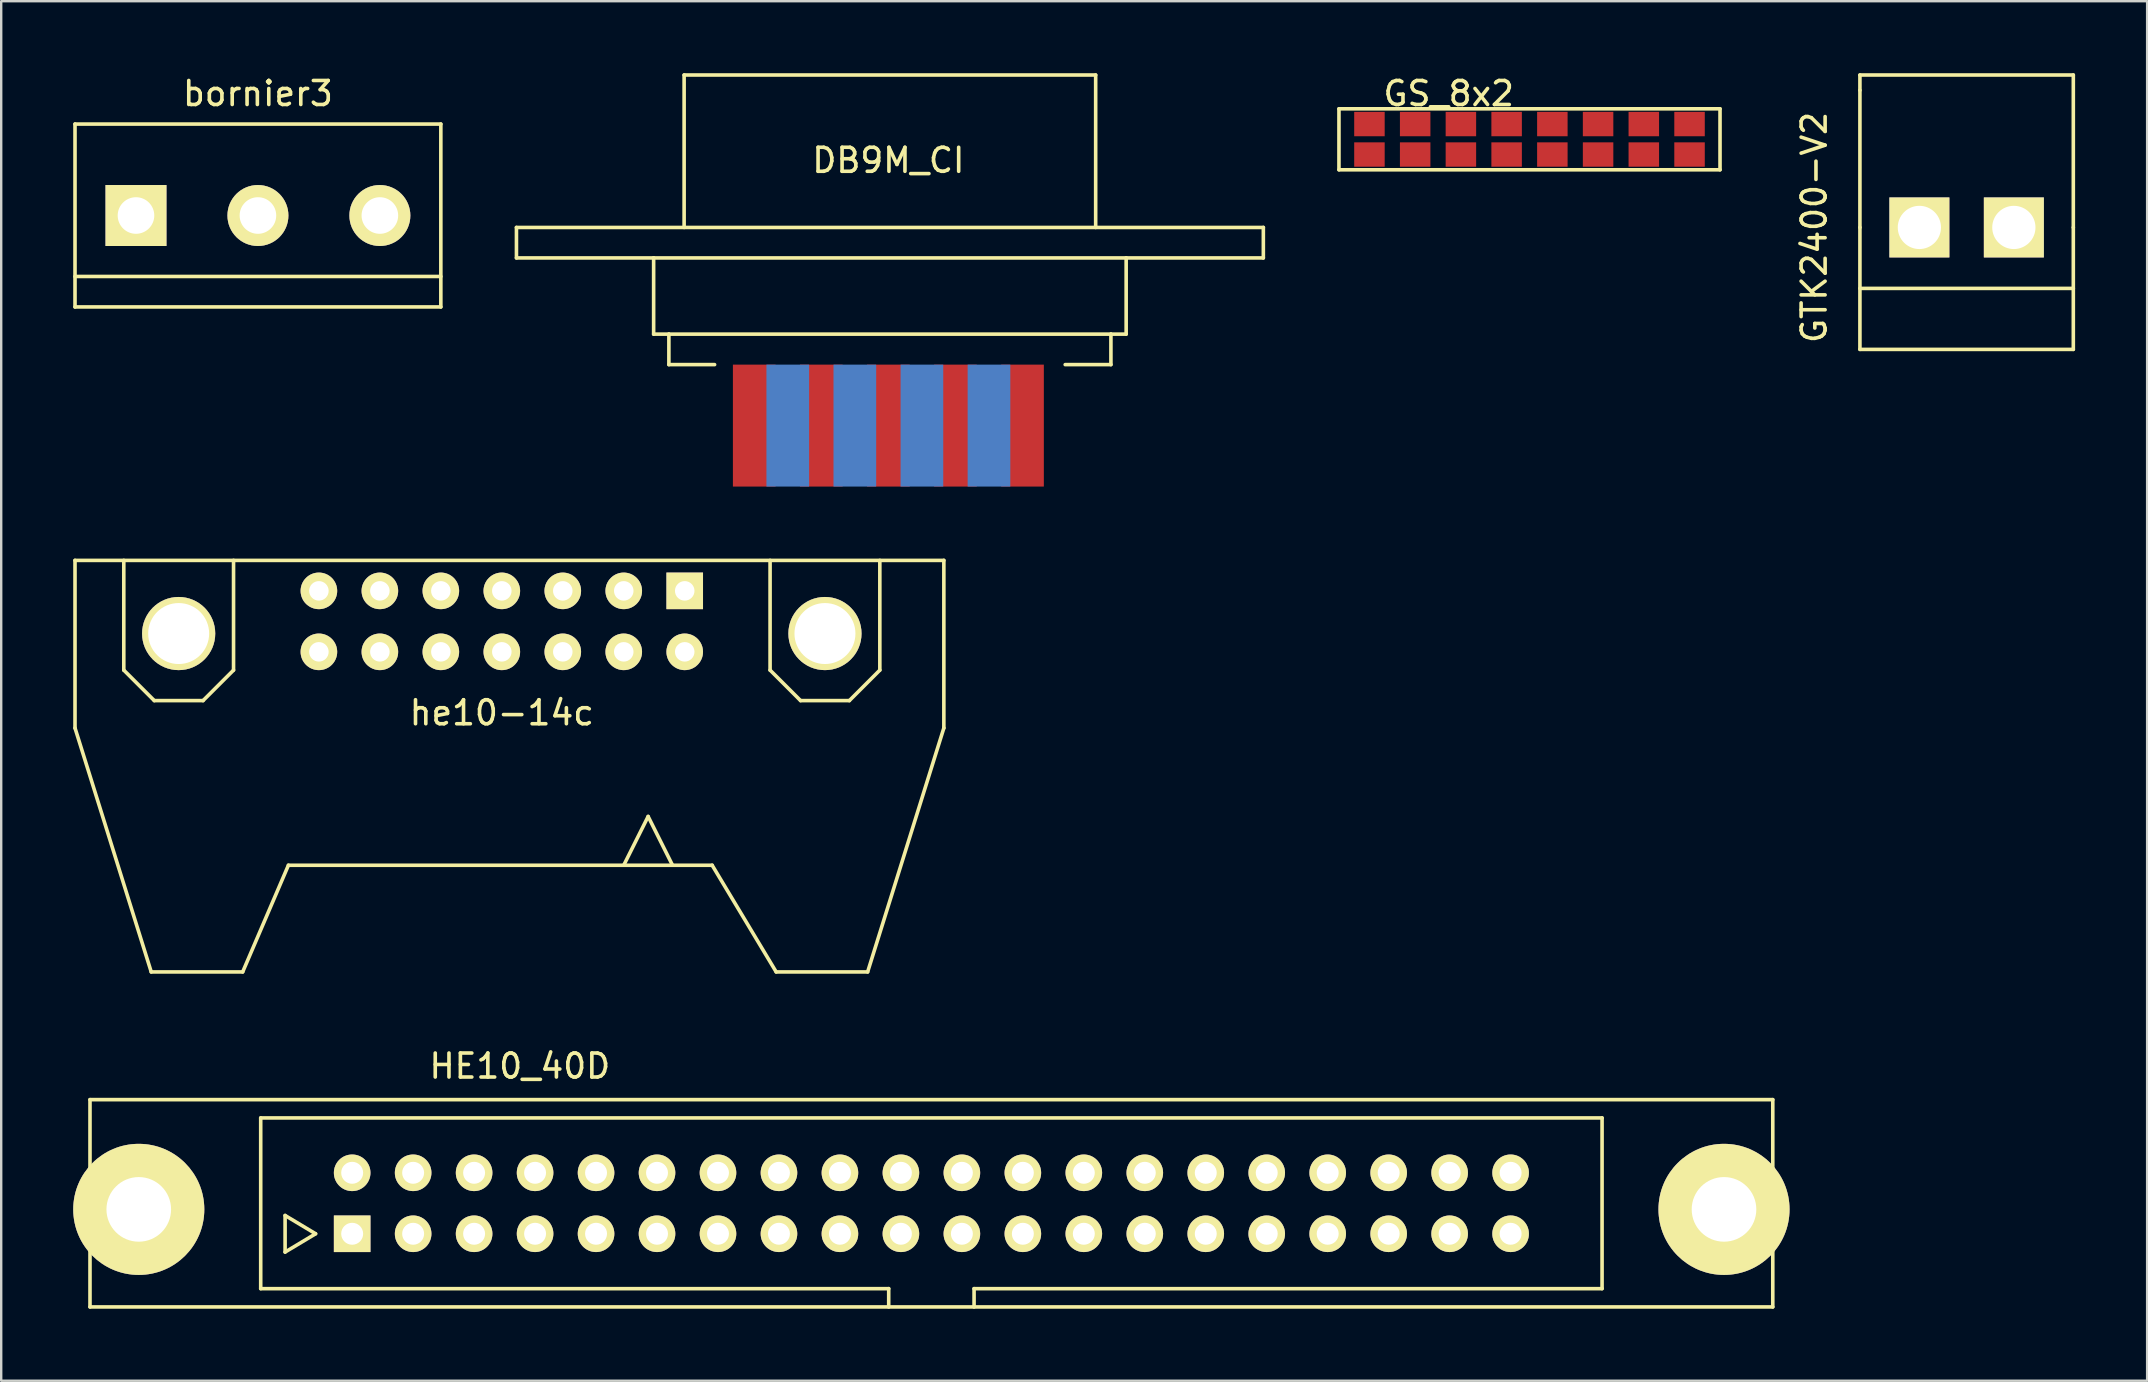
<source format=kicad_pcb>
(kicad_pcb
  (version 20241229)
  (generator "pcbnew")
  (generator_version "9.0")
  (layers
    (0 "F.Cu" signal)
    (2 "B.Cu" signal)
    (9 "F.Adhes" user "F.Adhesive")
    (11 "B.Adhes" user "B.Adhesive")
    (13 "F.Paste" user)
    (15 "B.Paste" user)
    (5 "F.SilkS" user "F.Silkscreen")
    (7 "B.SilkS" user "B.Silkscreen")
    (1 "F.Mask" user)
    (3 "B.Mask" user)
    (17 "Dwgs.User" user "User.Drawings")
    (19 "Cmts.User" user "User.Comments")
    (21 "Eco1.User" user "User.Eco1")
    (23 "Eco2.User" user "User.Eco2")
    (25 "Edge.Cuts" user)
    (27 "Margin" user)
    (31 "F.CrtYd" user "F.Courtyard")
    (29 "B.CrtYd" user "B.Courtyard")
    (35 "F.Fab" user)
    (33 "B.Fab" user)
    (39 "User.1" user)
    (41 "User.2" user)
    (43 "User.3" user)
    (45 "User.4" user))
  (footprint "he10-14c"
    (layer "F.Cu")
    (at 17.855 22.835)
    (property "Reference" "he10-14c" (at 0 3.81 0) (layer "F.SilkS") (effects (font (size 1 1) (thickness 0.15))))
    (attr through_hole)
    (fp_line (start -17.78 -2.54) (end -17.78 4.445) (stroke (width 0.15) (type solid)) (layer "F.SilkS"))
    (fp_line (start -17.78 -2.54) (end 18.415 -2.54) (stroke (width 0.15) (type solid)) (layer "F.SilkS"))
    (fp_line (start -17.78 4.445) (end -14.605 14.605) (stroke (width 0.15) (type solid)) (layer "F.SilkS"))
    (fp_line (start -15.748 2.032) (end -15.748 -2.54) (stroke (width 0.15) (type solid)) (layer "F.SilkS"))
    (fp_line (start -14.605 14.605) (end -10.795 14.605) (stroke (width 0.15) (type solid)) (layer "F.SilkS"))
    (fp_line (start -14.478 3.302) (end -15.748 2.032) (stroke (width 0.15) (type solid)) (layer "F.SilkS"))
    (fp_line (start -12.446 3.302) (end -14.478 3.302) (stroke (width 0.15) (type solid)) (layer "F.SilkS"))
    (fp_line (start -11.176 -2.54) (end -11.176 2.032) (stroke (width 0.15) (type solid)) (layer "F.SilkS"))
    (fp_line (start -11.176 2.032) (end -12.446 3.302) (stroke (width 0.15) (type solid)) (layer "F.SilkS"))
    (fp_line (start -10.795 14.605) (end -8.89 10.16) (stroke (width 0.15) (type solid)) (layer "F.SilkS"))
    (fp_line (start -8.89 10.16) (end 8.763 10.16) (stroke (width 0.15) (type solid)) (layer "F.SilkS"))
    (fp_line (start 6.096 8.128) (end 5.08 10.16) (stroke (width 0.15) (type solid)) (layer "F.SilkS"))
    (fp_line (start 7.112 10.16) (end 6.096 8.128) (stroke (width 0.15) (type solid)) (layer "F.SilkS"))
    (fp_line (start 11.176 2.032) (end 11.176 -2.54) (stroke (width 0.15) (type solid)) (layer "F.SilkS"))
    (fp_line (start 11.43 14.605) (end 8.763 10.16) (stroke (width 0.15) (type solid)) (layer "F.SilkS"))
    (fp_line (start 12.446 3.302) (end 11.176 2.032) (stroke (width 0.15) (type solid)) (layer "F.SilkS"))
    (fp_line (start 14.478 3.302) (end 12.446 3.302) (stroke (width 0.15) (type solid)) (layer "F.SilkS"))
    (fp_line (start 15.24 14.605) (end 11.43 14.605) (stroke (width 0.15) (type solid)) (layer "F.SilkS"))
    (fp_line (start 15.748 -2.54) (end 15.748 2.032) (stroke (width 0.15) (type solid)) (layer "F.SilkS"))
    (fp_line (start 15.748 2.032) (end 14.478 3.302) (stroke (width 0.15) (type solid)) (layer "F.SilkS"))
    (fp_line (start 18.415 -2.54) (end 18.415 4.445) (stroke (width 0.15) (type solid)) (layer "F.SilkS"))
    (fp_line (start 18.415 4.445) (end 15.24 14.605) (stroke (width 0.15) (type solid)) (layer "F.SilkS"))
    (pad "0" thru_hole circle (at -13.462 0.508) (size 3.048 3.048) (drill 2.54) (layers "*.Cu" "*.Mask" "F.SilkS"))
    (pad "0" thru_hole circle (at 13.462 0.508) (size 3.048 3.048) (drill 2.54) (layers "*.Cu" "*.Mask" "F.SilkS"))
    (pad "1" thru_hole rect (at 7.62 -1.27) (size 1.524 1.524) (drill 0.813) (layers "*.Cu" "*.Mask" "F.SilkS"))
    (pad "2" thru_hole circle (at 7.62 1.27) (size 1.524 1.524) (drill 0.813) (layers "*.Cu" "*.Mask" "F.SilkS"))
    (pad "3" thru_hole circle (at 5.08 -1.27) (size 1.524 1.524) (drill 0.813) (layers "*.Cu" "*.Mask" "F.SilkS"))
    (pad "4" thru_hole circle (at 5.08 1.27) (size 1.524 1.524) (drill 0.813) (layers "*.Cu" "*.Mask" "F.SilkS"))
    (pad "5" thru_hole circle (at 2.54 -1.27) (size 1.524 1.524) (drill 0.813) (layers "*.Cu" "*.Mask" "F.SilkS"))
    (pad "6" thru_hole circle (at 0 1.27) (size 1.524 1.524) (drill 0.813) (layers "*.Cu" "*.Mask" "F.SilkS"))
    (pad "7" thru_hole circle (at 0 -1.27) (size 1.524 1.524) (drill 0.813) (layers "*.Cu" "*.Mask" "F.SilkS"))
    (pad "8" thru_hole circle (at 2.54 1.27) (size 1.524 1.524) (drill 0.813) (layers "*.Cu" "*.Mask" "F.SilkS"))
    (pad "9" thru_hole circle (at -2.54 -1.27) (size 1.524 1.524) (drill 0.813) (layers "*.Cu" "*.Mask" "F.SilkS"))
    (pad "10" thru_hole circle (at -2.54 1.27) (size 1.524 1.524) (drill 0.813) (layers "*.Cu" "*.Mask" "F.SilkS"))
    (pad "11" thru_hole circle (at -5.08 -1.27) (size 1.524 1.524) (drill 0.813) (layers "*.Cu" "*.Mask" "F.SilkS"))
    (pad "12" thru_hole circle (at -5.08 1.27) (size 1.524 1.524) (drill 0.813) (layers "*.Cu" "*.Mask" "F.SilkS"))
    (pad "13" thru_hole circle (at -7.62 -1.27) (size 1.524 1.524) (drill 0.813) (layers "*.Cu" "*.Mask" "F.SilkS"))
    (pad "14" thru_hole circle (at -7.62 1.27) (size 1.524 1.524) (drill 0.813) (layers "*.Cu" "*.Mask" "F.SilkS")))
  (footprint "GS_8x2"
    (layer "F.Cu")
    (at 60.35 2.753)
    (property "Reference" "GS_8x2" (at -3.048 -1.905 0) (layer "F.SilkS") (effects (font (size 1 1) (thickness 0.15))))
    (attr through_hole)
    (fp_line (start -7.62 -1.27) (end 8.255 -1.27) (stroke (width 0.15) (type solid)) (layer "F.SilkS"))
    (fp_line (start -7.62 1.27) (end -7.62 -1.27) (stroke (width 0.15) (type solid)) (layer "F.SilkS"))
    (fp_line (start 8.255 -1.27) (end 8.255 1.27) (stroke (width 0.15) (type solid)) (layer "F.SilkS"))
    (fp_line (start 8.255 1.27) (end -7.62 1.27) (stroke (width 0.15) (type solid)) (layer "F.SilkS"))
    (pad "1" smd rect (at -6.35 0.635) (size 1.27 1.016) (layers "F.Cu" "F.Mask" "F.Paste"))
    (pad "2" smd rect (at -6.35 -0.635) (size 1.27 1.016) (layers "F.Cu" "F.Mask" "F.Paste"))
    (pad "3" smd rect (at -4.445 0.635) (size 1.27 1.016) (layers "F.Cu" "F.Mask" "F.Paste"))
    (pad "4" smd rect (at -4.445 -0.635) (size 1.27 1.016) (layers "F.Cu" "F.Mask" "F.Paste"))
    (pad "5" smd rect (at -2.54 0.635) (size 1.27 1.016) (layers "F.Cu" "F.Mask" "F.Paste"))
    (pad "6" smd rect (at -2.54 -0.635) (size 1.27 1.016) (layers "F.Cu" "F.Mask" "F.Paste"))
    (pad "7" smd rect (at -0.635 0.635) (size 1.27 1.016) (layers "F.Cu" "F.Mask" "F.Paste"))
    (pad "8" smd rect (at -0.635 -0.635) (size 1.27 1.016) (layers "F.Cu" "F.Mask" "F.Paste"))
    (pad "9" smd rect (at 1.27 0.635) (size 1.27 1.016) (layers "F.Cu" "F.Mask" "F.Paste"))
    (pad "10" smd rect (at 1.27 -0.635) (size 1.27 1.016) (layers "F.Cu" "F.Mask" "F.Paste"))
    (pad "11" smd rect (at 3.175 0.635) (size 1.27 1.016) (layers "F.Cu" "F.Mask" "F.Paste"))
    (pad "12" smd rect (at 3.175 -0.635) (size 1.27 1.016) (layers "F.Cu" "F.Mask" "F.Paste"))
    (pad "13" smd rect (at 5.08 0.635) (size 1.27 1.016) (layers "F.Cu" "F.Mask" "F.Paste"))
    (pad "14" smd rect (at 5.08 -0.635) (size 1.27 1.016) (layers "F.Cu" "F.Mask" "F.Paste"))
    (pad "15" smd rect (at 6.985 0.635) (size 1.27 1.016) (layers "F.Cu" "F.Mask" "F.Paste"))
    (pad "16" smd rect (at 6.985 -0.635) (size 1.27 1.016) (layers "F.Cu" "F.Mask" "F.Paste")))
  (footprint "GTK2400-V2"
    (layer "F.Cu")
    (at 78.878 6.425)
    (property "Reference" "GTK2400-V2" (at -6.35 0 90) (layer "F.SilkS") (effects (font (size 1 1) (thickness 0.15))))
    (attr through_hole)
    (fp_line (start -4.445 -6.35) (end 4.445 -6.35) (stroke (width 0.15) (type solid)) (layer "F.SilkS"))
    (fp_line (start -4.445 -5.715) (end -4.445 -6.35) (stroke (width 0.15) (type solid)) (layer "F.SilkS"))
    (fp_line (start -4.445 0) (end -4.445 -5.715) (stroke (width 0.15) (type solid)) (layer "F.SilkS"))
    (fp_line (start -4.445 2.54) (end 4.445 2.54) (stroke (width 0.15) (type solid)) (layer "F.SilkS"))
    (fp_line (start -4.445 5.08) (end -4.445 0) (stroke (width 0.15) (type solid)) (layer "F.SilkS"))
    (fp_line (start 4.445 -6.35) (end 4.445 0) (stroke (width 0.15) (type solid)) (layer "F.SilkS"))
    (fp_line (start 4.445 0) (end 4.445 5.08) (stroke (width 0.15) (type solid)) (layer "F.SilkS"))
    (fp_line (start 4.445 5.08) (end -4.445 5.08) (stroke (width 0.15) (type solid)) (layer "F.SilkS"))
    (pad "1" thru_hole rect (at -1.968 0) (size 2.499 2.499) (drill 1.801) (layers "*.Cu" "*.Mask" "F.SilkS"))
    (pad "2" thru_hole rect (at 1.968 0) (size 2.499 2.499) (drill 1.801) (layers "*.Cu" "*.Mask" "F.SilkS")))
  (footprint "HE10_40D"
    (layer "F.Cu")
    (at 35.751 47.078)
    (property "Reference" "HE10_40D" (at -17.145 -5.715 0) (layer "F.SilkS") (effects (font (size 1 1) (thickness 0.15))))
    (attr through_hole)
    (fp_line (start -35.052 -4.318) (end -35.052 4.318) (stroke (width 0.15) (type solid)) (layer "F.SilkS"))
    (fp_line (start -35.052 4.318) (end 35.052 4.318) (stroke (width 0.15) (type solid)) (layer "F.SilkS"))
    (fp_line (start -27.94 -3.556) (end 27.94 -3.556) (stroke (width 0.15) (type solid)) (layer "F.SilkS"))
    (fp_line (start -27.94 3.556) (end -27.94 -3.556) (stroke (width 0.15) (type solid)) (layer "F.SilkS"))
    (fp_line (start -26.924 0.508) (end -26.924 2.032) (stroke (width 0.15) (type solid)) (layer "F.SilkS"))
    (fp_line (start -26.924 2.032) (end -25.654 1.27) (stroke (width 0.15) (type solid)) (layer "F.SilkS"))
    (fp_line (start -25.654 1.27) (end -26.924 0.508) (stroke (width 0.15) (type solid)) (layer "F.SilkS"))
    (fp_line (start -1.778 3.556) (end -27.94 3.556) (stroke (width 0.15) (type solid)) (layer "F.SilkS"))
    (fp_line (start -1.778 4.318) (end -1.778 3.556) (stroke (width 0.15) (type solid)) (layer "F.SilkS"))
    (fp_line (start 1.778 3.556) (end 1.778 4.318) (stroke (width 0.15) (type solid)) (layer "F.SilkS"))
    (fp_line (start 27.94 -3.556) (end 27.94 3.556) (stroke (width 0.15) (type solid)) (layer "F.SilkS"))
    (fp_line (start 27.94 3.556) (end 1.778 3.556) (stroke (width 0.15) (type solid)) (layer "F.SilkS"))
    (fp_line (start 35.052 -4.318) (end -35.052 -4.318) (stroke (width 0.15) (type solid)) (layer "F.SilkS"))
    (fp_line (start 35.052 4.318) (end 35.052 -4.318) (stroke (width 0.15) (type solid)) (layer "F.SilkS"))
    (pad "" thru_hole circle (at -33.02 0.254) (size 5.461 5.461) (drill 2.692) (layers "*.Cu" "*.Mask" "F.SilkS"))
    (pad "" thru_hole circle (at 33.02 0.254) (size 5.461 5.461) (drill 2.692) (layers "*.Cu" "*.Mask" "F.SilkS"))
    (pad "1" thru_hole rect (at -24.13 1.27) (size 1.524 1.524) (drill 0.914) (layers "*.Cu" "*.Mask" "F.SilkS"))
    (pad "2" thru_hole circle (at -24.13 -1.27) (size 1.524 1.524) (drill 0.914) (layers "*.Cu" "*.Mask" "F.SilkS"))
    (pad "3" thru_hole circle (at -21.59 1.27) (size 1.524 1.524) (drill 0.914) (layers "*.Cu" "*.Mask" "F.SilkS"))
    (pad "4" thru_hole circle (at -21.59 -1.27) (size 1.524 1.524) (drill 0.914) (layers "*.Cu" "*.Mask" "F.SilkS"))
    (pad "5" thru_hole circle (at -19.05 1.27) (size 1.524 1.524) (drill 0.914) (layers "*.Cu" "*.Mask" "F.SilkS"))
    (pad "6" thru_hole circle (at -19.05 -1.27) (size 1.524 1.524) (drill 0.914) (layers "*.Cu" "*.Mask" "F.SilkS"))
    (pad "7" thru_hole circle (at -16.51 1.27) (size 1.524 1.524) (drill 0.914) (layers "*.Cu" "*.Mask" "F.SilkS"))
    (pad "8" thru_hole circle (at -16.51 -1.27) (size 1.524 1.524) (drill 0.914) (layers "*.Cu" "*.Mask" "F.SilkS"))
    (pad "9" thru_hole circle (at -13.97 1.27) (size 1.524 1.524) (drill 0.914) (layers "*.Cu" "*.Mask" "F.SilkS"))
    (pad "10" thru_hole circle (at -13.97 -1.27) (size 1.524 1.524) (drill 0.914) (layers "*.Cu" "*.Mask" "F.SilkS"))
    (pad "11" thru_hole circle (at -11.43 1.27) (size 1.524 1.524) (drill 0.914) (layers "*.Cu" "*.Mask" "F.SilkS"))
    (pad "12" thru_hole circle (at -11.43 -1.27) (size 1.524 1.524) (drill 0.914) (layers "*.Cu" "*.Mask" "F.SilkS"))
    (pad "13" thru_hole circle (at -8.89 1.27) (size 1.524 1.524) (drill 0.914) (layers "*.Cu" "*.Mask" "F.SilkS"))
    (pad "14" thru_hole circle (at -8.89 -1.27) (size 1.524 1.524) (drill 0.914) (layers "*.Cu" "*.Mask" "F.SilkS"))
    (pad "15" thru_hole circle (at -6.35 1.27) (size 1.524 1.524) (drill 0.914) (layers "*.Cu" "*.Mask" "F.SilkS"))
    (pad "16" thru_hole circle (at -6.35 -1.27) (size 1.524 1.524) (drill 0.914) (layers "*.Cu" "*.Mask" "F.SilkS"))
    (pad "17" thru_hole circle (at -3.81 1.27) (size 1.524 1.524) (drill 0.914) (layers "*.Cu" "*.Mask" "F.SilkS"))
    (pad "18" thru_hole circle (at -3.81 -1.27) (size 1.524 1.524) (drill 0.914) (layers "*.Cu" "*.Mask" "F.SilkS"))
    (pad "19" thru_hole circle (at -1.27 1.27) (size 1.524 1.524) (drill 0.914) (layers "*.Cu" "*.Mask" "F.SilkS"))
    (pad "20" thru_hole circle (at -1.27 -1.27) (size 1.524 1.524) (drill 0.914) (layers "*.Cu" "*.Mask" "F.SilkS"))
    (pad "21" thru_hole circle (at 1.27 1.27) (size 1.524 1.524) (drill 0.914) (layers "*.Cu" "*.Mask" "F.SilkS"))
    (pad "22" thru_hole circle (at 1.27 -1.27) (size 1.524 1.524) (drill 0.914) (layers "*.Cu" "*.Mask" "F.SilkS"))
    (pad "23" thru_hole circle (at 3.81 1.27) (size 1.524 1.524) (drill 0.914) (layers "*.Cu" "*.Mask" "F.SilkS"))
    (pad "24" thru_hole circle (at 3.81 -1.27) (size 1.524 1.524) (drill 0.914) (layers "*.Cu" "*.Mask" "F.SilkS"))
    (pad "25" thru_hole circle (at 6.35 1.27) (size 1.524 1.524) (drill 0.914) (layers "*.Cu" "*.Mask" "F.SilkS"))
    (pad "26" thru_hole circle (at 6.35 -1.27) (size 1.524 1.524) (drill 0.914) (layers "*.Cu" "*.Mask" "F.SilkS"))
    (pad "27" thru_hole circle (at 8.89 1.27) (size 1.524 1.524) (drill 0.914) (layers "*.Cu" "*.Mask" "F.SilkS"))
    (pad "28" thru_hole circle (at 8.89 -1.27) (size 1.524 1.524) (drill 0.914) (layers "*.Cu" "*.Mask" "F.SilkS"))
    (pad "29" thru_hole circle (at 11.43 1.27) (size 1.524 1.524) (drill 0.914) (layers "*.Cu" "*.Mask" "F.SilkS"))
    (pad "30" thru_hole circle (at 11.43 -1.27) (size 1.524 1.524) (drill 0.914) (layers "*.Cu" "*.Mask" "F.SilkS"))
    (pad "31" thru_hole circle (at 13.97 1.27) (size 1.524 1.524) (drill 0.914) (layers "*.Cu" "*.Mask" "F.SilkS"))
    (pad "32" thru_hole circle (at 13.97 -1.27) (size 1.524 1.524) (drill 0.914) (layers "*.Cu" "*.Mask" "F.SilkS"))
    (pad "33" thru_hole circle (at 16.51 1.27) (size 1.524 1.524) (drill 0.914) (layers "*.Cu" "*.Mask" "F.SilkS"))
    (pad "34" thru_hole circle (at 16.51 -1.27) (size 1.524 1.524) (drill 0.914) (layers "*.Cu" "*.Mask" "F.SilkS"))
    (pad "35" thru_hole circle (at 19.05 1.27) (size 1.524 1.524) (drill 0.914) (layers "*.Cu" "*.Mask" "F.SilkS"))
    (pad "36" thru_hole circle (at 19.05 -1.27) (size 1.524 1.524) (drill 0.914) (layers "*.Cu" "*.Mask" "F.SilkS"))
    (pad "37" thru_hole circle (at 21.59 1.27) (size 1.524 1.524) (drill 0.914) (layers "*.Cu" "*.Mask" "F.SilkS"))
    (pad "38" thru_hole circle (at 21.59 -1.27) (size 1.524 1.524) (drill 0.914) (layers "*.Cu" "*.Mask" "F.SilkS"))
    (pad "39" thru_hole circle (at 24.13 1.27) (size 1.524 1.524) (drill 0.914) (layers "*.Cu" "*.Mask" "F.SilkS"))
    (pad "40" thru_hole circle (at 24.13 -1.27) (size 1.524 1.524) (drill 0.914) (layers "*.Cu" "*.Mask" "F.SilkS")))
  (footprint "DB9M_CI"
    (layer "F.Cu")
    (at 33.959 12.013)
    (property "Reference" "DB9M_CI" (at 0 -8.382 0) (layer "F.SilkS") (effects (font (size 1 1) (thickness 0.15))))
    (attr through_hole)
    (fp_line (start -15.494 -5.588) (end 15.621 -5.588) (stroke (width 0.15) (type solid)) (layer "F.SilkS"))
    (fp_line (start -15.494 -4.318) (end -15.494 -5.588) (stroke (width 0.15) (type solid)) (layer "F.SilkS"))
    (fp_line (start -9.779 -4.318) (end -15.494 -4.318) (stroke (width 0.15) (type solid)) (layer "F.SilkS"))
    (fp_line (start -9.779 -1.143) (end -9.779 -4.318) (stroke (width 0.15) (type solid)) (layer "F.SilkS"))
    (fp_line (start -9.144 -1.143) (end -9.779 -1.143) (stroke (width 0.15) (type solid)) (layer "F.SilkS"))
    (fp_line (start -9.144 0.127) (end -9.144 -1.143) (stroke (width 0.15) (type solid)) (layer "F.SilkS"))
    (fp_line (start -8.509 -11.938) (end 8.636 -11.938) (stroke (width 0.15) (type solid)) (layer "F.SilkS"))
    (fp_line (start -8.509 -5.588) (end -8.509 -11.938) (stroke (width 0.15) (type solid)) (layer "F.SilkS"))
    (fp_line (start -7.239 0.127) (end -9.144 0.127) (stroke (width 0.15) (type solid)) (layer "F.SilkS"))
    (fp_line (start 7.366 0.127) (end 9.271 0.127) (stroke (width 0.15) (type solid)) (layer "F.SilkS"))
    (fp_line (start 8.636 -5.588) (end 8.636 -11.938) (stroke (width 0.15) (type solid)) (layer "F.SilkS"))
    (fp_line (start 9.271 -1.143) (end -9.144 -1.143) (stroke (width 0.15) (type solid)) (layer "F.SilkS"))
    (fp_line (start 9.271 0.127) (end 9.271 -1.143) (stroke (width 0.15) (type solid)) (layer "F.SilkS"))
    (fp_line (start 9.906 -4.318) (end -9.779 -4.318) (stroke (width 0.15) (type solid)) (layer "F.SilkS"))
    (fp_line (start 9.906 -1.143) (end 9.271 -1.143) (stroke (width 0.15) (type solid)) (layer "F.SilkS"))
    (fp_line (start 9.906 -1.143) (end 9.906 -4.318) (stroke (width 0.15) (type solid)) (layer "F.SilkS"))
    (fp_line (start 15.621 -4.318) (end 9.906 -4.318) (stroke (width 0.15) (type solid)) (layer "F.SilkS"))
    (fp_line (start 15.621 -4.318) (end 15.621 -5.588) (stroke (width 0.15) (type solid)) (layer "F.SilkS"))
    (pad "1" connect rect (at 5.588 2.667) (size 1.778 5.08) (layers "F.Cu" "F.Mask"))
    (pad "2" connect rect (at 2.794 2.667) (size 1.778 5.08) (layers "F.Cu" "F.Mask"))
    (pad "3" connect rect (at 0 2.667) (size 1.778 5.08) (layers "F.Cu" "F.Mask"))
    (pad "4" connect rect (at -2.794 2.667) (size 1.778 5.08) (layers "F.Cu" "F.Mask"))
    (pad "5" connect rect (at -5.588 2.667) (size 1.778 5.08) (layers "F.Cu" "F.Mask"))
    (pad "6" connect rect (at 4.191 2.667) (size 1.778 5.08) (layers "B.Cu" "B.Mask"))
    (pad "7" connect rect (at 1.397 2.667) (size 1.778 5.08) (layers "B.Cu" "B.Mask"))
    (pad "8" connect rect (at -1.397 2.667) (size 1.778 5.08) (layers "B.Cu" "B.Mask"))
    (pad "9" connect rect (at -4.191 2.667) (size 1.778 5.08) (layers "B.Cu" "B.Mask")))
  (footprint "bornier3"
    (layer "F.Cu")
    (at 7.695 5.928)
    (property "Reference" "bornier3" (at 0 -5.08 0) (layer "F.SilkS") (effects (font (size 1 1) (thickness 0.15))))
    (attr through_hole)
    (fp_line (start -7.62 -3.81) (end 7.62 -3.81) (stroke (width 0.15) (type solid)) (layer "F.SilkS"))
    (fp_line (start -7.62 2.54) (end 7.62 2.54) (stroke (width 0.15) (type solid)) (layer "F.SilkS"))
    (fp_line (start -7.62 3.81) (end -7.62 -3.81) (stroke (width 0.15) (type solid)) (layer "F.SilkS"))
    (fp_line (start -7.62 3.81) (end 7.62 3.81) (stroke (width 0.15) (type solid)) (layer "F.SilkS"))
    (fp_line (start 7.62 3.81) (end 7.62 -3.81) (stroke (width 0.15) (type solid)) (layer "F.SilkS"))
    (pad "1" thru_hole rect (at -5.08 0) (size 2.54 2.54) (drill 1.524) (layers "*.Cu" "*.Mask" "F.SilkS"))
    (pad "2" thru_hole circle (at 0 0) (size 2.54 2.54) (drill 1.524) (layers "*.Cu" "*.Mask" "F.SilkS"))
    (pad "3" thru_hole circle (at 5.08 0) (size 2.54 2.54) (drill 1.524) (layers "*.Cu" "*.Mask" "F.SilkS")))
  (gr_rect
    (start -3 -3)
    (end 86.398 54.471)
    (stroke (width 0.1) (type default))
    (fill no)
    (layer "Edge.Cuts")))
</source>
